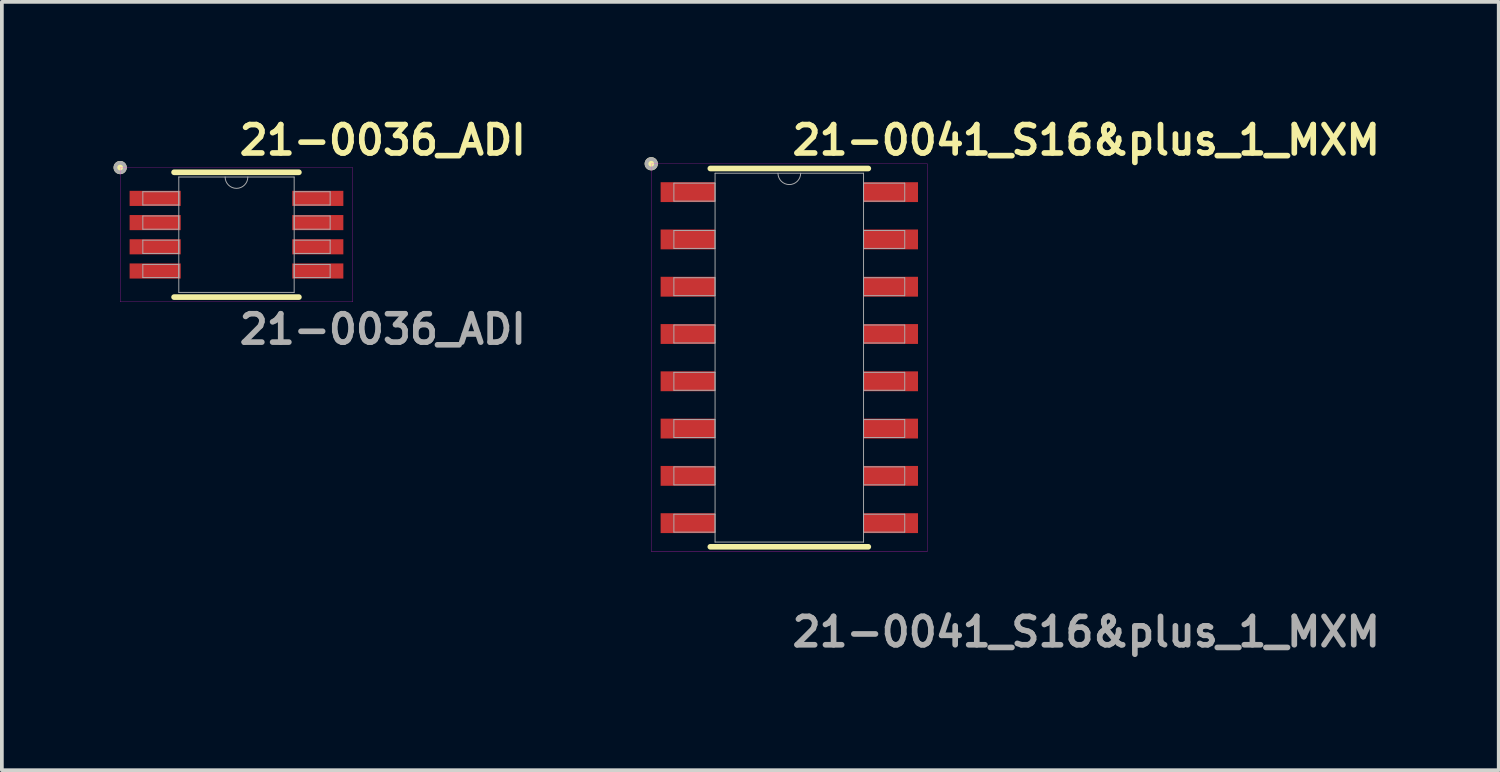
<source format=kicad_pcb>
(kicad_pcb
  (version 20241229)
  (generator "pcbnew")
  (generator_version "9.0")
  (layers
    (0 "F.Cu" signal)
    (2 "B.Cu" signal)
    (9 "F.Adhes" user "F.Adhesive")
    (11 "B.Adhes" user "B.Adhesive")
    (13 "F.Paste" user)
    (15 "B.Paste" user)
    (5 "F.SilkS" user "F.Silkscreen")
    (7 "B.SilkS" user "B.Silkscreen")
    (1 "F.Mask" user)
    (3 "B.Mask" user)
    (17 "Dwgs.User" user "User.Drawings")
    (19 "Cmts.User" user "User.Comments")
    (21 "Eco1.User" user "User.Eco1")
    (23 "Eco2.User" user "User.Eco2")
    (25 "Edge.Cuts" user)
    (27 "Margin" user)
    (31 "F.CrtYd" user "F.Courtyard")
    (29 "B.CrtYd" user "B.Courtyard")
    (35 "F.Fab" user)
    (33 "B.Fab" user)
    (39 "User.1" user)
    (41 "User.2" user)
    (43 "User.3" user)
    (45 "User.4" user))
  (footprint "21-0041_S16&plus_1_MXM"
    (layer "F.Cu")
    (at 18.148 6.555)
    (property "Reference" "21-0041_S16&plus_1_MXM" (at 0 -5.842 0) (unlocked yes) (layer "F.SilkS") (effects (font (size 0.762 0.762) (thickness 0.152) (bold yes)) (justify left)))
    (attr smd)
    (fp_line (start -2.121 5.08) (end 2.121 5.08) (stroke (width 0.152) (type solid)) (layer "F.SilkS"))
    (fp_line (start 2.121 -5.08) (end -2.121 -5.08) (stroke (width 0.152) (type solid)) (layer "F.SilkS"))
    (fp_circle (center -3.708 -5.207) (end -3.581 -5.207) (stroke (width 0.1) (type solid)) (fill yes) (layer "F.SilkS"))
    (fp_rect (start -3.708 -5.207) (end 3.708 5.207) (stroke (width 0.006) (type default)) (fill no) (layer "F.CrtYd"))
    (fp_line (start -3.1 -4.686) (end -3.1 -4.204) (stroke (width 0.025) (type solid)) (layer "F.Fab"))
    (fp_line (start -3.1 -4.204) (end -1.994 -4.204) (stroke (width 0.025) (type solid)) (layer "F.Fab"))
    (fp_line (start -3.1 -3.416) (end -3.1 -2.934) (stroke (width 0.025) (type solid)) (layer "F.Fab"))
    (fp_line (start -3.1 -2.934) (end -1.994 -2.934) (stroke (width 0.025) (type solid)) (layer "F.Fab"))
    (fp_line (start -3.1 -2.146) (end -3.1 -1.664) (stroke (width 0.025) (type solid)) (layer "F.Fab"))
    (fp_line (start -3.1 -1.664) (end -1.994 -1.664) (stroke (width 0.025) (type solid)) (layer "F.Fab"))
    (fp_line (start -3.1 -0.876) (end -3.1 -0.394) (stroke (width 0.025) (type solid)) (layer "F.Fab"))
    (fp_line (start -3.1 -0.394) (end -1.994 -0.394) (stroke (width 0.025) (type solid)) (layer "F.Fab"))
    (fp_line (start -3.1 0.394) (end -3.1 0.876) (stroke (width 0.025) (type solid)) (layer "F.Fab"))
    (fp_line (start -3.1 0.876) (end -1.994 0.876) (stroke (width 0.025) (type solid)) (layer "F.Fab"))
    (fp_line (start -3.1 1.664) (end -3.1 2.146) (stroke (width 0.025) (type solid)) (layer "F.Fab"))
    (fp_line (start -3.1 2.146) (end -1.994 2.146) (stroke (width 0.025) (type solid)) (layer "F.Fab"))
    (fp_line (start -3.1 2.934) (end -3.1 3.416) (stroke (width 0.025) (type solid)) (layer "F.Fab"))
    (fp_line (start -3.1 3.416) (end -1.994 3.416) (stroke (width 0.025) (type solid)) (layer "F.Fab"))
    (fp_line (start -3.1 4.204) (end -3.1 4.686) (stroke (width 0.025) (type solid)) (layer "F.Fab"))
    (fp_line (start -3.1 4.686) (end -1.994 4.686) (stroke (width 0.025) (type solid)) (layer "F.Fab"))
    (fp_line (start -1.994 -4.953) (end -1.994 4.953) (stroke (width 0.025) (type solid)) (layer "F.Fab"))
    (fp_line (start -1.994 -4.686) (end -3.1 -4.686) (stroke (width 0.025) (type solid)) (layer "F.Fab"))
    (fp_line (start -1.994 -4.204) (end -1.994 -4.686) (stroke (width 0.025) (type solid)) (layer "F.Fab"))
    (fp_line (start -1.994 -3.416) (end -3.1 -3.416) (stroke (width 0.025) (type solid)) (layer "F.Fab"))
    (fp_line (start -1.994 -2.934) (end -1.994 -3.416) (stroke (width 0.025) (type solid)) (layer "F.Fab"))
    (fp_line (start -1.994 -2.146) (end -3.1 -2.146) (stroke (width 0.025) (type solid)) (layer "F.Fab"))
    (fp_line (start -1.994 -1.664) (end -1.994 -2.146) (stroke (width 0.025) (type solid)) (layer "F.Fab"))
    (fp_line (start -1.994 -0.876) (end -3.1 -0.876) (stroke (width 0.025) (type solid)) (layer "F.Fab"))
    (fp_line (start -1.994 -0.394) (end -1.994 -0.876) (stroke (width 0.025) (type solid)) (layer "F.Fab"))
    (fp_line (start -1.994 0.394) (end -3.1 0.394) (stroke (width 0.025) (type solid)) (layer "F.Fab"))
    (fp_line (start -1.994 0.876) (end -1.994 0.394) (stroke (width 0.025) (type solid)) (layer "F.Fab"))
    (fp_line (start -1.994 1.664) (end -3.1 1.664) (stroke (width 0.025) (type solid)) (layer "F.Fab"))
    (fp_line (start -1.994 2.146) (end -1.994 1.664) (stroke (width 0.025) (type solid)) (layer "F.Fab"))
    (fp_line (start -1.994 2.934) (end -3.1 2.934) (stroke (width 0.025) (type solid)) (layer "F.Fab"))
    (fp_line (start -1.994 3.416) (end -1.994 2.934) (stroke (width 0.025) (type solid)) (layer "F.Fab"))
    (fp_line (start -1.994 4.204) (end -3.1 4.204) (stroke (width 0.025) (type solid)) (layer "F.Fab"))
    (fp_line (start -1.994 4.686) (end -1.994 4.204) (stroke (width 0.025) (type solid)) (layer "F.Fab"))
    (fp_line (start -1.994 4.953) (end 1.994 4.953) (stroke (width 0.025) (type solid)) (layer "F.Fab"))
    (fp_line (start 1.994 -4.953) (end -1.994 -4.953) (stroke (width 0.025) (type solid)) (layer "F.Fab"))
    (fp_line (start 1.994 -4.686) (end 1.994 -4.204) (stroke (width 0.025) (type solid)) (layer "F.Fab"))
    (fp_line (start 1.994 -4.204) (end 3.1 -4.204) (stroke (width 0.025) (type solid)) (layer "F.Fab"))
    (fp_line (start 1.994 -3.416) (end 1.994 -2.934) (stroke (width 0.025) (type solid)) (layer "F.Fab"))
    (fp_line (start 1.994 -2.934) (end 3.1 -2.934) (stroke (width 0.025) (type solid)) (layer "F.Fab"))
    (fp_line (start 1.994 -2.146) (end 1.994 -1.664) (stroke (width 0.025) (type solid)) (layer "F.Fab"))
    (fp_line (start 1.994 -1.664) (end 3.1 -1.664) (stroke (width 0.025) (type solid)) (layer "F.Fab"))
    (fp_line (start 1.994 -0.876) (end 1.994 -0.394) (stroke (width 0.025) (type solid)) (layer "F.Fab"))
    (fp_line (start 1.994 -0.394) (end 3.1 -0.394) (stroke (width 0.025) (type solid)) (layer "F.Fab"))
    (fp_line (start 1.994 0.394) (end 1.994 0.876) (stroke (width 0.025) (type solid)) (layer "F.Fab"))
    (fp_line (start 1.994 0.876) (end 3.1 0.876) (stroke (width 0.025) (type solid)) (layer "F.Fab"))
    (fp_line (start 1.994 1.664) (end 1.994 2.146) (stroke (width 0.025) (type solid)) (layer "F.Fab"))
    (fp_line (start 1.994 2.146) (end 3.1 2.146) (stroke (width 0.025) (type solid)) (layer "F.Fab"))
    (fp_line (start 1.994 2.934) (end 1.994 3.416) (stroke (width 0.025) (type solid)) (layer "F.Fab"))
    (fp_line (start 1.994 3.416) (end 3.1 3.416) (stroke (width 0.025) (type solid)) (layer "F.Fab"))
    (fp_line (start 1.994 4.204) (end 1.994 4.686) (stroke (width 0.025) (type solid)) (layer "F.Fab"))
    (fp_line (start 1.994 4.686) (end 3.1 4.686) (stroke (width 0.025) (type solid)) (layer "F.Fab"))
    (fp_line (start 1.994 4.953) (end 1.994 -4.953) (stroke (width 0.025) (type solid)) (layer "F.Fab"))
    (fp_line (start 3.1 -4.686) (end 1.994 -4.686) (stroke (width 0.025) (type solid)) (layer "F.Fab"))
    (fp_line (start 3.1 -4.204) (end 3.1 -4.686) (stroke (width 0.025) (type solid)) (layer "F.Fab"))
    (fp_line (start 3.1 -3.416) (end 1.994 -3.416) (stroke (width 0.025) (type solid)) (layer "F.Fab"))
    (fp_line (start 3.1 -2.934) (end 3.1 -3.416) (stroke (width 0.025) (type solid)) (layer "F.Fab"))
    (fp_line (start 3.1 -2.146) (end 1.994 -2.146) (stroke (width 0.025) (type solid)) (layer "F.Fab"))
    (fp_line (start 3.1 -1.664) (end 3.1 -2.146) (stroke (width 0.025) (type solid)) (layer "F.Fab"))
    (fp_line (start 3.1 -0.876) (end 1.994 -0.876) (stroke (width 0.025) (type solid)) (layer "F.Fab"))
    (fp_line (start 3.1 -0.394) (end 3.1 -0.876) (stroke (width 0.025) (type solid)) (layer "F.Fab"))
    (fp_line (start 3.1 0.394) (end 1.994 0.394) (stroke (width 0.025) (type solid)) (layer "F.Fab"))
    (fp_line (start 3.1 0.876) (end 3.1 0.394) (stroke (width 0.025) (type solid)) (layer "F.Fab"))
    (fp_line (start 3.1 1.664) (end 1.994 1.664) (stroke (width 0.025) (type solid)) (layer "F.Fab"))
    (fp_line (start 3.1 2.146) (end 3.1 1.664) (stroke (width 0.025) (type solid)) (layer "F.Fab"))
    (fp_line (start 3.1 2.934) (end 1.994 2.934) (stroke (width 0.025) (type solid)) (layer "F.Fab"))
    (fp_line (start 3.1 3.416) (end 3.1 2.934) (stroke (width 0.025) (type solid)) (layer "F.Fab"))
    (fp_line (start 3.1 4.204) (end 1.994 4.204) (stroke (width 0.025) (type solid)) (layer "F.Fab"))
    (fp_line (start 3.1 4.686) (end 3.1 4.204) (stroke (width 0.025) (type solid)) (layer "F.Fab"))
    (fp_arc (start 0.3048 -4.953) (mid 0 -4.6482) (end -0.3048 -4.953) (stroke (width 0.0254) (type solid)) (layer "F.Fab"))
    (fp_circle (center -3.708 -5.207) (end -3.581 -5.207) (stroke (width 0.1) (type solid)) (fill no) (layer "F.Fab"))
    (fp_text user "${REFERENCE}" (at 0 7.366 0) (unlocked yes) (layer "F.Fab") (effects (font (size 0.762 0.762) (thickness 0.152) (bold yes)) (justify left)))
    (pad "1" smd rect (at -2.725 -4.445) (size 1.462 0.533) (layers "F.Cu" "F.Mask" "F.Paste"))
    (pad "2" smd rect (at -2.725 -3.175) (size 1.462 0.533) (layers "F.Cu" "F.Mask" "F.Paste"))
    (pad "3" smd rect (at -2.725 -1.905) (size 1.462 0.533) (layers "F.Cu" "F.Mask" "F.Paste"))
    (pad "4" smd rect (at -2.725 -0.635) (size 1.462 0.533) (layers "F.Cu" "F.Mask" "F.Paste"))
    (pad "5" smd rect (at -2.725 0.635) (size 1.462 0.533) (layers "F.Cu" "F.Mask" "F.Paste"))
    (pad "6" smd rect (at -2.725 1.905) (size 1.462 0.533) (layers "F.Cu" "F.Mask" "F.Paste"))
    (pad "7" smd rect (at -2.725 3.175) (size 1.462 0.533) (layers "F.Cu" "F.Mask" "F.Paste"))
    (pad "8" smd rect (at -2.725 4.445) (size 1.462 0.533) (layers "F.Cu" "F.Mask" "F.Paste"))
    (pad "9" smd rect (at 2.725 4.445) (size 1.462 0.533) (layers "F.Cu" "F.Mask" "F.Paste"))
    (pad "10" smd rect (at 2.725 3.175) (size 1.462 0.533) (layers "F.Cu" "F.Mask" "F.Paste"))
    (pad "11" smd rect (at 2.725 1.905) (size 1.462 0.533) (layers "F.Cu" "F.Mask" "F.Paste"))
    (pad "12" smd rect (at 2.725 0.635) (size 1.462 0.533) (layers "F.Cu" "F.Mask" "F.Paste"))
    (pad "13" smd rect (at 2.725 -0.635) (size 1.462 0.533) (layers "F.Cu" "F.Mask" "F.Paste"))
    (pad "14" smd rect (at 2.725 -1.905) (size 1.462 0.533) (layers "F.Cu" "F.Mask" "F.Paste"))
    (pad "15" smd rect (at 2.725 -3.175) (size 1.462 0.533) (layers "F.Cu" "F.Mask" "F.Paste"))
    (pad "16" smd rect (at 2.725 -4.445) (size 1.462 0.533) (layers "F.Cu" "F.Mask" "F.Paste")))
  (footprint "21-0036_ADI"
    (layer "F.Cu")
    (at 3.301 3.253)
    (property "Reference" "21-0036_ADI" (at 0 -2.54 0) (unlocked yes) (layer "F.SilkS") (effects (font (size 0.762 0.762) (thickness 0.152) (bold yes)) (justify left)))
    (attr smd)
    (fp_line (start -1.676 1.676) (end 1.676 1.676) (stroke (width 0.152) (type solid)) (layer "F.SilkS"))
    (fp_line (start 1.676 -1.676) (end -1.676 -1.676) (stroke (width 0.152) (type solid)) (layer "F.SilkS"))
    (fp_circle (center -3.124 -1.803) (end -2.997 -1.803) (stroke (width 0.1) (type solid)) (fill yes) (layer "F.SilkS"))
    (fp_rect (start -3.124 -1.803) (end 3.124 1.803) (stroke (width 0.006) (type solid)) (fill no) (layer "F.CrtYd"))
    (fp_line (start -2.515 -1.153) (end -2.515 -0.797) (stroke (width 0.025) (type solid)) (layer "F.Fab"))
    (fp_line (start -2.515 -0.797) (end -1.549 -0.797) (stroke (width 0.025) (type solid)) (layer "F.Fab"))
    (fp_line (start -2.515 -0.503) (end -2.515 -0.147) (stroke (width 0.025) (type solid)) (layer "F.Fab"))
    (fp_line (start -2.515 -0.147) (end -1.549 -0.147) (stroke (width 0.025) (type solid)) (layer "F.Fab"))
    (fp_line (start -2.515 0.147) (end -2.515 0.503) (stroke (width 0.025) (type solid)) (layer "F.Fab"))
    (fp_line (start -2.515 0.503) (end -1.549 0.503) (stroke (width 0.025) (type solid)) (layer "F.Fab"))
    (fp_line (start -2.515 0.797) (end -2.515 1.153) (stroke (width 0.025) (type solid)) (layer "F.Fab"))
    (fp_line (start -2.515 1.153) (end -1.549 1.153) (stroke (width 0.025) (type solid)) (layer "F.Fab"))
    (fp_line (start -1.549 -1.549) (end -1.549 1.549) (stroke (width 0.025) (type solid)) (layer "F.Fab"))
    (fp_line (start -1.549 -1.153) (end -2.515 -1.153) (stroke (width 0.025) (type solid)) (layer "F.Fab"))
    (fp_line (start -1.549 -0.797) (end -1.549 -1.153) (stroke (width 0.025) (type solid)) (layer "F.Fab"))
    (fp_line (start -1.549 -0.503) (end -2.515 -0.503) (stroke (width 0.025) (type solid)) (layer "F.Fab"))
    (fp_line (start -1.549 -0.147) (end -1.549 -0.503) (stroke (width 0.025) (type solid)) (layer "F.Fab"))
    (fp_line (start -1.549 0.147) (end -2.515 0.147) (stroke (width 0.025) (type solid)) (layer "F.Fab"))
    (fp_line (start -1.549 0.503) (end -1.549 0.147) (stroke (width 0.025) (type solid)) (layer "F.Fab"))
    (fp_line (start -1.549 0.797) (end -2.515 0.797) (stroke (width 0.025) (type solid)) (layer "F.Fab"))
    (fp_line (start -1.549 1.153) (end -1.549 0.797) (stroke (width 0.025) (type solid)) (layer "F.Fab"))
    (fp_line (start -1.549 1.549) (end 1.549 1.549) (stroke (width 0.025) (type solid)) (layer "F.Fab"))
    (fp_line (start 1.549 -1.549) (end -1.549 -1.549) (stroke (width 0.025) (type solid)) (layer "F.Fab"))
    (fp_line (start 1.549 -1.153) (end 1.549 -0.797) (stroke (width 0.025) (type solid)) (layer "F.Fab"))
    (fp_line (start 1.549 -0.797) (end 2.515 -0.797) (stroke (width 0.025) (type solid)) (layer "F.Fab"))
    (fp_line (start 1.549 -0.503) (end 1.549 -0.147) (stroke (width 0.025) (type solid)) (layer "F.Fab"))
    (fp_line (start 1.549 -0.147) (end 2.515 -0.147) (stroke (width 0.025) (type solid)) (layer "F.Fab"))
    (fp_line (start 1.549 0.147) (end 1.549 0.503) (stroke (width 0.025) (type solid)) (layer "F.Fab"))
    (fp_line (start 1.549 0.503) (end 2.515 0.503) (stroke (width 0.025) (type solid)) (layer "F.Fab"))
    (fp_line (start 1.549 0.797) (end 1.549 1.153) (stroke (width 0.025) (type solid)) (layer "F.Fab"))
    (fp_line (start 1.549 1.153) (end 2.515 1.153) (stroke (width 0.025) (type solid)) (layer "F.Fab"))
    (fp_line (start 1.549 1.549) (end 1.549 -1.549) (stroke (width 0.025) (type solid)) (layer "F.Fab"))
    (fp_line (start 2.515 -1.153) (end 1.549 -1.153) (stroke (width 0.025) (type solid)) (layer "F.Fab"))
    (fp_line (start 2.515 -0.797) (end 2.515 -1.153) (stroke (width 0.025) (type solid)) (layer "F.Fab"))
    (fp_line (start 2.515 -0.503) (end 1.549 -0.503) (stroke (width 0.025) (type solid)) (layer "F.Fab"))
    (fp_line (start 2.515 -0.147) (end 2.515 -0.503) (stroke (width 0.025) (type solid)) (layer "F.Fab"))
    (fp_line (start 2.515 0.147) (end 1.549 0.147) (stroke (width 0.025) (type solid)) (layer "F.Fab"))
    (fp_line (start 2.515 0.503) (end 2.515 0.147) (stroke (width 0.025) (type solid)) (layer "F.Fab"))
    (fp_line (start 2.515 0.797) (end 1.549 0.797) (stroke (width 0.025) (type solid)) (layer "F.Fab"))
    (fp_line (start 2.515 1.153) (end 2.515 0.797) (stroke (width 0.025) (type solid)) (layer "F.Fab"))
    (fp_arc (start 0.3048 -1.5494) (mid 0 -1.2446) (end -0.3048 -1.5494) (stroke (width 0.0254) (type solid)) (layer "F.Fab"))
    (fp_circle (center -3.124 -1.803) (end -2.997 -1.803) (stroke (width 0.1) (type solid)) (fill no) (layer "F.Fab"))
    (fp_text user "${REFERENCE}" (at 0 2.54 0) (unlocked yes) (layer "F.Fab") (effects (font (size 0.762 0.762) (thickness 0.152) (bold yes)) (justify left)))
    (pad "1" smd rect (at -2.184 -0.975) (size 1.372 0.406) (layers "F.Cu" "F.Mask" "F.Paste"))
    (pad "2" smd rect (at -2.184 -0.325) (size 1.372 0.406) (layers "F.Cu" "F.Mask" "F.Paste"))
    (pad "3" smd rect (at -2.184 0.325) (size 1.372 0.406) (layers "F.Cu" "F.Mask" "F.Paste"))
    (pad "4" smd rect (at -2.184 0.975) (size 1.372 0.406) (layers "F.Cu" "F.Mask" "F.Paste"))
    (pad "5" smd rect (at 2.184 0.975) (size 1.372 0.406) (layers "F.Cu" "F.Mask" "F.Paste"))
    (pad "6" smd rect (at 2.184 0.325) (size 1.372 0.406) (layers "F.Cu" "F.Mask" "F.Paste"))
    (pad "7" smd rect (at 2.184 -0.325) (size 1.372 0.406) (layers "F.Cu" "F.Mask" "F.Paste"))
    (pad "8" smd rect (at 2.184 -0.975) (size 1.372 0.406) (layers "F.Cu" "F.Mask" "F.Paste")))
  (gr_rect
    (start -3 -3)
    (end 37.2 17.634)
    (stroke (width 0.1) (type default))
    (fill no)
    (layer "Edge.Cuts")))
</source>
